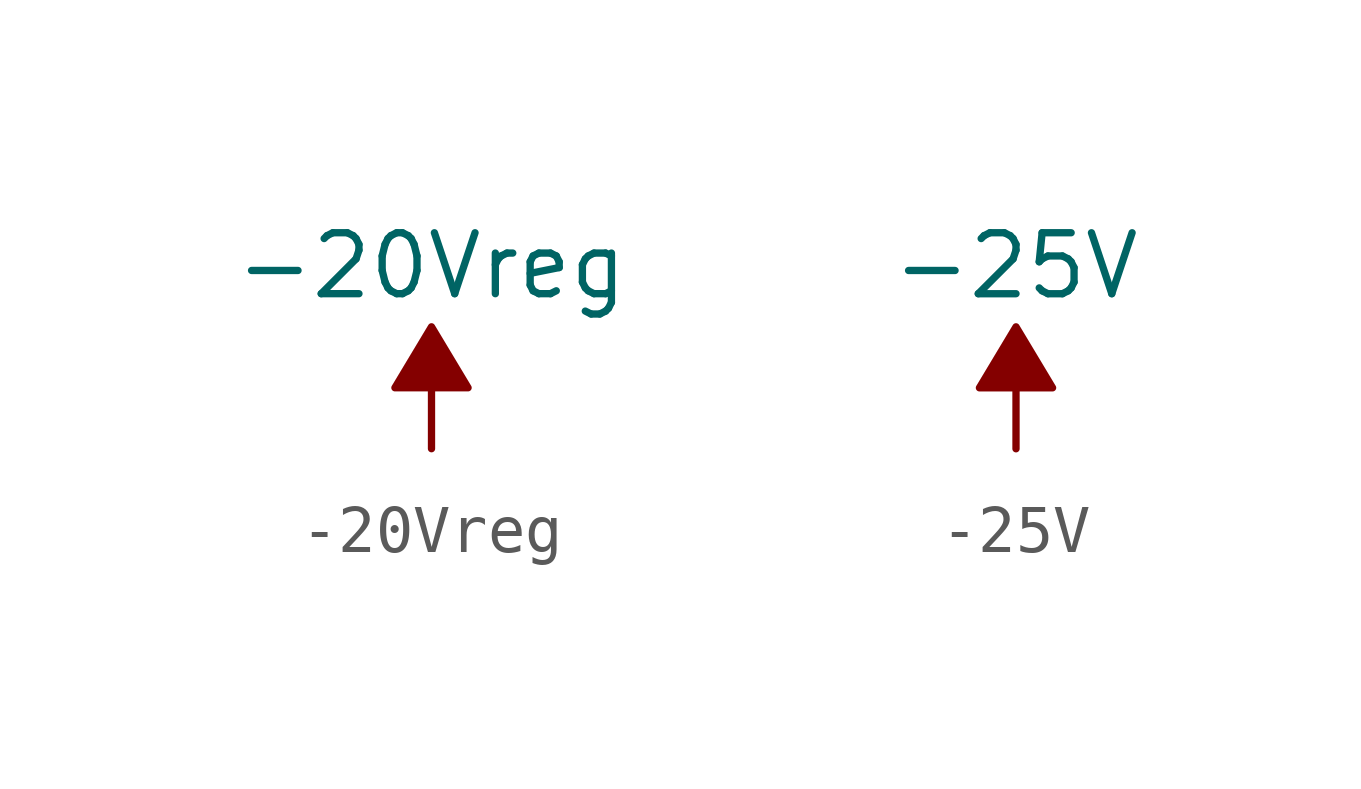
<source format=kicad_sym>
(kicad_symbol_lib
  (version 20220914)
  (generator kicad_symbol_editor)
  (symbol "-20Vreg"
    (power)
    (pin_names
      (offset 0))
    (property "Reference" "#PWR"
      (at 0 2.54 0)
      (effects (font (size 1.27 1.27)) hide))
    (property "Value" "-20Vreg"
      (at 0 3.81 0)
      (effects (font (size 1.27 1.27))))
    (symbol "-20Vreg_0_0"
      (pin power_in line (at 0 0 90) (length 0) hide (name "-20Vreg" (effects (font (size 1.27 1.27)))) (number "1" (effects (font (size 1.27 1.27))))))
    (symbol "-20Vreg_0_1"
      (polyline (pts (xy 0 0) (xy 0 1.27) (xy 0.762 1.27) (xy 0 2.54) (xy -0.762 1.27) (xy 0 1.27)) (stroke (width 0) (type default)) (fill (type outline)))))
  (symbol "-25V"
    (power)
    (pin_names
      (offset 0))
    (property "Reference" "#PWR"
      (at 0 2.54 0)
      (effects (font (size 1.27 1.27)) hide))
    (property "Value" "-25V"
      (at 0 3.81 0)
      (effects (font (size 1.27 1.27))))
    (symbol "-25V_0_0"
      (pin power_in line (at 0 0 90) (length 0) hide (name "-25V" (effects (font (size 1.27 1.27)))) (number "1" (effects (font (size 1.27 1.27))))))
    (symbol "-25V_0_1"
      (polyline (pts (xy 0 0) (xy 0 1.27) (xy 0.762 1.27) (xy 0 2.54) (xy -0.762 1.27) (xy 0 1.27)) (stroke (width 0) (type default)) (fill (type outline))))))
</source>
